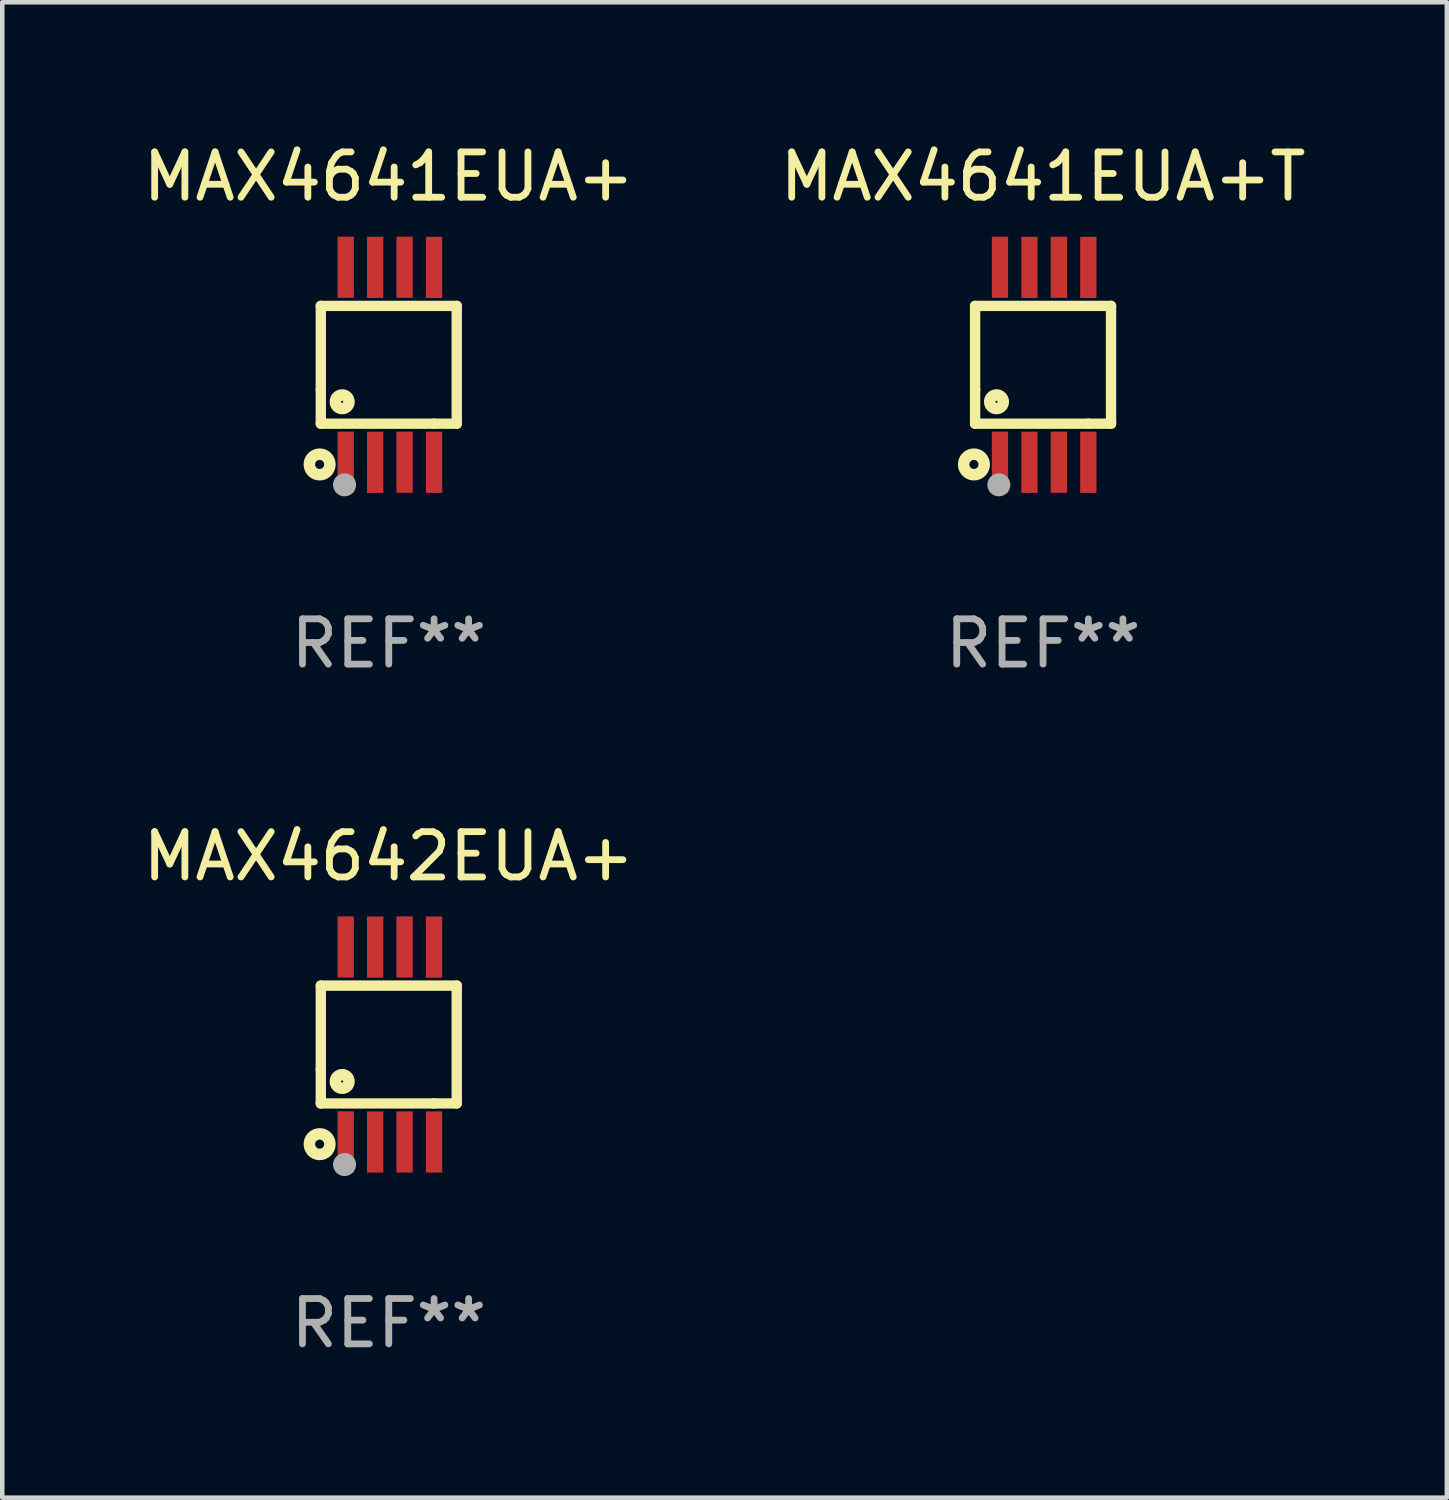
<source format=kicad_pcb>
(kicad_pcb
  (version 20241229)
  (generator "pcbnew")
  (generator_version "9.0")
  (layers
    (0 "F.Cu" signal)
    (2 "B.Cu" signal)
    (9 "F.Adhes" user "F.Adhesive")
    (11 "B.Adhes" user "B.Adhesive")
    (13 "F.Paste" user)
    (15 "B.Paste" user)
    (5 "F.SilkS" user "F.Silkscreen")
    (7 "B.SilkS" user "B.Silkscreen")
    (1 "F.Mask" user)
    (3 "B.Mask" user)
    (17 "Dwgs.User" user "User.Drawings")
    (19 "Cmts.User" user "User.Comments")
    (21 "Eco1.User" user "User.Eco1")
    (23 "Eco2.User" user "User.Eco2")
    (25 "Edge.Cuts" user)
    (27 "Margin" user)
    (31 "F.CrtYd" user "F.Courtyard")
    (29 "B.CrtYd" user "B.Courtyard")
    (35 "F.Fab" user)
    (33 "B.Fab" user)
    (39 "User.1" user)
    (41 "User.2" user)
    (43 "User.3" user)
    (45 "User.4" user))
  (footprint "MAX4642EUA+"
    (layer "F.Cu")
    (at 5.53 20.001)
    (property "Reference" "MAX4642EUA+" (at 0 -4.152 0) (layer "F.SilkS") (effects (font (size 1 1) (thickness 0.15))))
    (attr through_hole)
    (fp_line (start -1.5 1.301) (end 1 1.301) (stroke (width 0.229) (type solid)) (layer "F.SilkS"))
    (fp_line (start -1.5 -1.299) (end -1.5 0.551) (stroke (width 0.229) (type solid)) (layer "F.SilkS"))
    (fp_line (start -1.5 0.551) (end -1.5 1.301) (stroke (width 0.229) (type solid)) (layer "F.SilkS"))
    (fp_line (start 1 1.301) (end 1.5 1.301) (stroke (width 0.229) (type solid)) (layer "F.SilkS"))
    (fp_line (start 1.5 1.301) (end 1.5 -1.299) (stroke (width 0.229) (type solid)) (layer "F.SilkS"))
    (fp_line (start 1.5 -1.299) (end -1.5 -1.299) (stroke (width 0.229) (type solid)) (layer "F.SilkS"))
    (fp_circle (center -1.526 2.2) (end -1.426 2.2) (stroke (width 0.254) (type solid)) (fill no) (layer "F.SilkS"))
    (fp_circle (center -1.476 2.45) (end -1.446 2.45) (stroke (width 0.06) (type solid)) (fill no) (layer "F.SilkS"))
    (fp_circle (center -1.028 0.817) (end -0.878 0.817) (stroke (width 0.254) (type solid)) (fill no) (layer "F.SilkS"))
    (fp_circle (center -0.976 2.65) (end -0.849 2.65) (stroke (width 0.254) (type solid)) (fill no) (layer "F.Fab"))
    (fp_text user "REF**" (at 0 6.152 0) (layer "F.Fab") (effects (font (size 1 1) (thickness 0.15))))
    (pad "1" smd rect (at -0.951 2.15) (size 0.36 1.35) (layers "F.Cu" "F.Mask" "F.Paste"))
    (pad "2" smd rect (at -0.301 2.152) (size 0.36 1.35) (layers "F.Cu" "F.Mask" "F.Paste"))
    (pad "3" smd rect (at 0.349 2.151) (size 0.36 1.35) (layers "F.Cu" "F.Mask" "F.Paste"))
    (pad "4" smd rect (at 0.999 2.152) (size 0.36 1.35) (layers "F.Cu" "F.Mask" "F.Paste"))
    (pad "5" smd rect (at 0.999 -2.149) (size 0.36 1.35) (layers "F.Cu" "F.Mask" "F.Paste"))
    (pad "6" smd rect (at 0.349 -2.152) (size 0.36 1.35) (layers "F.Cu" "F.Mask" "F.Paste"))
    (pad "7" smd rect (at -0.301 -2.149) (size 0.36 1.35) (layers "F.Cu" "F.Mask" "F.Paste"))
    (pad "8" smd rect (at -0.951 -2.152) (size 0.36 1.35) (layers "F.Cu" "F.Mask" "F.Paste")))
  (footprint "MAX4641EUA+T"
    (layer "F.Cu")
    (at 19.97 5)
    (property "Reference" "MAX4641EUA+T" (at 0 -4.152 0) (layer "F.SilkS") (effects (font (size 1 1) (thickness 0.15))))
    (attr through_hole)
    (fp_line (start -1.5 1.301) (end 1 1.301) (stroke (width 0.229) (type solid)) (layer "F.SilkS"))
    (fp_line (start -1.5 -1.299) (end -1.5 0.551) (stroke (width 0.229) (type solid)) (layer "F.SilkS"))
    (fp_line (start -1.5 0.551) (end -1.5 1.301) (stroke (width 0.229) (type solid)) (layer "F.SilkS"))
    (fp_line (start 1 1.301) (end 1.5 1.301) (stroke (width 0.229) (type solid)) (layer "F.SilkS"))
    (fp_line (start 1.5 1.301) (end 1.5 -1.299) (stroke (width 0.229) (type solid)) (layer "F.SilkS"))
    (fp_line (start 1.5 -1.299) (end -1.5 -1.299) (stroke (width 0.229) (type solid)) (layer "F.SilkS"))
    (fp_circle (center -1.526 2.2) (end -1.426 2.2) (stroke (width 0.254) (type solid)) (fill no) (layer "F.SilkS"))
    (fp_circle (center -1.476 2.45) (end -1.446 2.45) (stroke (width 0.06) (type solid)) (fill no) (layer "F.SilkS"))
    (fp_circle (center -1.028 0.817) (end -0.878 0.817) (stroke (width 0.254) (type solid)) (fill no) (layer "F.SilkS"))
    (fp_circle (center -0.976 2.65) (end -0.849 2.65) (stroke (width 0.254) (type solid)) (fill no) (layer "F.Fab"))
    (fp_text user "REF**" (at 0 6.152 0) (layer "F.Fab") (effects (font (size 1 1) (thickness 0.15))))
    (pad "1" smd rect (at -0.951 2.15) (size 0.36 1.35) (layers "F.Cu" "F.Mask" "F.Paste"))
    (pad "2" smd rect (at -0.301 2.152) (size 0.36 1.35) (layers "F.Cu" "F.Mask" "F.Paste"))
    (pad "3" smd rect (at 0.349 2.151) (size 0.36 1.35) (layers "F.Cu" "F.Mask" "F.Paste"))
    (pad "4" smd rect (at 0.999 2.152) (size 0.36 1.35) (layers "F.Cu" "F.Mask" "F.Paste"))
    (pad "5" smd rect (at 0.999 -2.149) (size 0.36 1.35) (layers "F.Cu" "F.Mask" "F.Paste"))
    (pad "6" smd rect (at 0.349 -2.152) (size 0.36 1.35) (layers "F.Cu" "F.Mask" "F.Paste"))
    (pad "7" smd rect (at -0.301 -2.149) (size 0.36 1.35) (layers "F.Cu" "F.Mask" "F.Paste"))
    (pad "8" smd rect (at -0.951 -2.152) (size 0.36 1.35) (layers "F.Cu" "F.Mask" "F.Paste")))
  (footprint "MAX4641EUA+"
    (layer "F.Cu")
    (at 5.53 5)
    (property "Reference" "MAX4641EUA+" (at 0 -4.152 0) (layer "F.SilkS") (effects (font (size 1 1) (thickness 0.15))))
    (attr through_hole)
    (fp_line (start -1.5 1.301) (end 1 1.301) (stroke (width 0.229) (type solid)) (layer "F.SilkS"))
    (fp_line (start -1.5 -1.299) (end -1.5 0.551) (stroke (width 0.229) (type solid)) (layer "F.SilkS"))
    (fp_line (start -1.5 0.551) (end -1.5 1.301) (stroke (width 0.229) (type solid)) (layer "F.SilkS"))
    (fp_line (start 1 1.301) (end 1.5 1.301) (stroke (width 0.229) (type solid)) (layer "F.SilkS"))
    (fp_line (start 1.5 1.301) (end 1.5 -1.299) (stroke (width 0.229) (type solid)) (layer "F.SilkS"))
    (fp_line (start 1.5 -1.299) (end -1.5 -1.299) (stroke (width 0.229) (type solid)) (layer "F.SilkS"))
    (fp_circle (center -1.526 2.2) (end -1.426 2.2) (stroke (width 0.254) (type solid)) (fill no) (layer "F.SilkS"))
    (fp_circle (center -1.476 2.45) (end -1.446 2.45) (stroke (width 0.06) (type solid)) (fill no) (layer "F.SilkS"))
    (fp_circle (center -1.028 0.817) (end -0.878 0.817) (stroke (width 0.254) (type solid)) (fill no) (layer "F.SilkS"))
    (fp_circle (center -0.976 2.65) (end -0.849 2.65) (stroke (width 0.254) (type solid)) (fill no) (layer "F.Fab"))
    (fp_text user "REF**" (at 0 6.152 0) (layer "F.Fab") (effects (font (size 1 1) (thickness 0.15))))
    (pad "1" smd rect (at -0.951 2.15) (size 0.36 1.35) (layers "F.Cu" "F.Mask" "F.Paste"))
    (pad "2" smd rect (at -0.301 2.152) (size 0.36 1.35) (layers "F.Cu" "F.Mask" "F.Paste"))
    (pad "3" smd rect (at 0.349 2.151) (size 0.36 1.35) (layers "F.Cu" "F.Mask" "F.Paste"))
    (pad "4" smd rect (at 0.999 2.152) (size 0.36 1.35) (layers "F.Cu" "F.Mask" "F.Paste"))
    (pad "5" smd rect (at 0.999 -2.149) (size 0.36 1.35) (layers "F.Cu" "F.Mask" "F.Paste"))
    (pad "6" smd rect (at 0.349 -2.152) (size 0.36 1.35) (layers "F.Cu" "F.Mask" "F.Paste"))
    (pad "7" smd rect (at -0.301 -2.149) (size 0.36 1.35) (layers "F.Cu" "F.Mask" "F.Paste"))
    (pad "8" smd rect (at -0.951 -2.152) (size 0.36 1.35) (layers "F.Cu" "F.Mask" "F.Paste")))
  (gr_rect
    (start -3 -3)
    (end 28.881 30.002)
    (stroke (width 0.1) (type default))
    (fill no)
    (layer "Edge.Cuts")))
</source>
